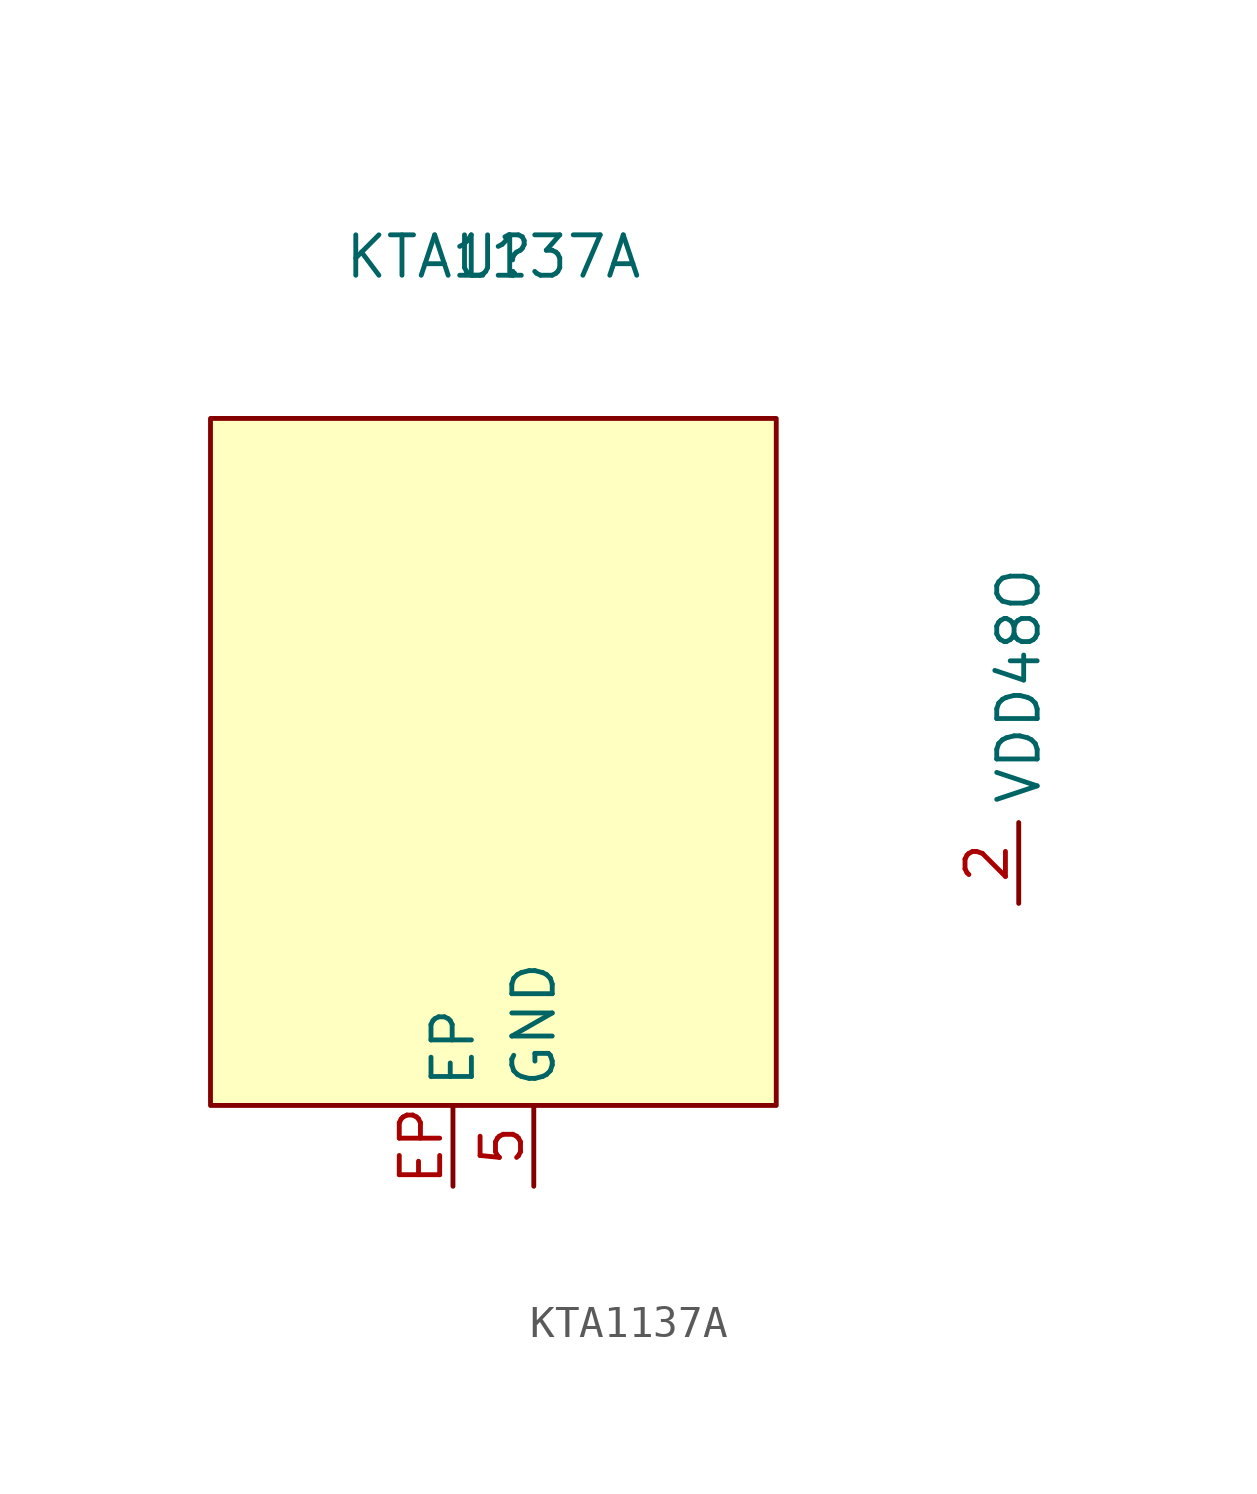
<source format=kicad_sym>
(kicad_symbol_lib
  (version 20211014)
  (generator kicad_symbol_editor)
  (symbol "KTA1137A"
    (property "Reference" "U"
      (at 0 16.51 0)
      (effects (font (size 1.27 1.27))))
    (property "Value" "KTA1137A"
      (at 0 16.51 0)
      (effects (font (size 1.27 1.27))))
    (symbol "KTA1137A_0_1"
      (rectangle (start -8.89 11.43) (end 8.89 -10.16) (stroke (width 0) (type default) (color 0 0 0 0)) (fill (type background))))
    (symbol "KTA1137A_1_1"
      (pin power_in line (at 16.51 -3.81 90) (length 2.54) (name "VDD48O" (effects (font (size 1.27 1.27)))) (number "2" (effects (font (size 1.27 1.27)))))
      (pin power_in line (at 1.27 -12.7 90) (length 2.54) (name "GND" (effects (font (size 1.27 1.27)))) (number "5" (effects (font (size 1.27 1.27)))))
      (pin passive line (at 1.27 -12.7 90) (length 2.54) hide (name "GND" (effects (font (size 1.27 1.27)))) (number "6" (effects (font (size 1.27 1.27)))))
      (pin passive line (at 1.27 -12.7 90) (length 2.54) hide (name "GND" (effects (font (size 1.27 1.27)))) (number "7" (effects (font (size 1.27 1.27)))))
      (pin power_in line (at -1.27 -12.7 90) (length 2.54) (name "EP" (effects (font (size 1.27 1.27)))) (number "EP" (effects (font (size 1.27 1.27))))))))
</source>
